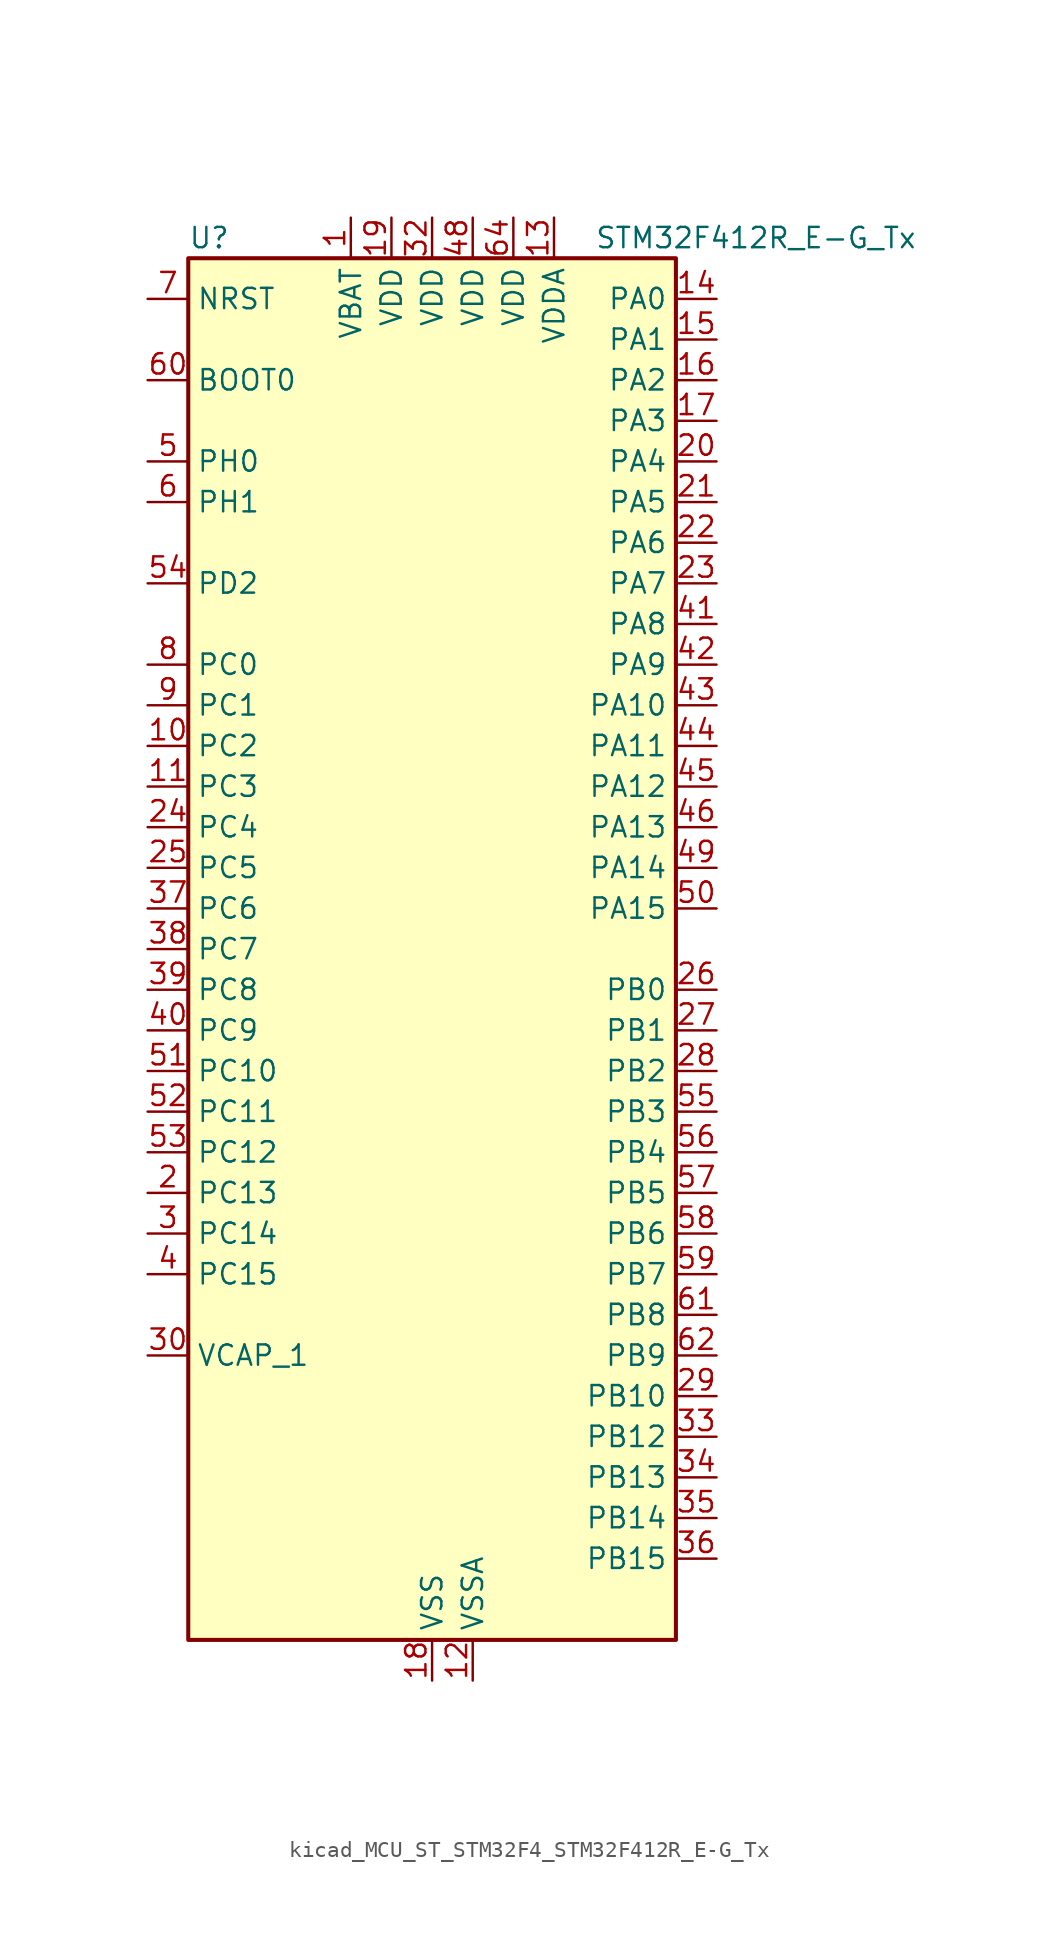
<source format=kicad_sym>
(kicad_symbol_lib
  (version 20220914)
  (generator kicad_symbol_editor)
  (symbol "kicad_MCU_ST_STM32F4_STM32F412R_E-G_Tx"
    (property "Reference" "U"
      (at -15.24 44.45 0)
      (effects (font (size 1.27 1.27)) (justify left)))
    (property "Value" "STM32F412R_E-G_Tx"
      (at 10.16 44.45 0)
      (effects (font (size 1.27 1.27)) (justify left)))
    (property "ki_locked" ""
      (at 0 0 0)
      (effects (font (size 1.27 1.27))))
    (symbol "kicad_MCU_ST_STM32F4_STM32F412R_E-G_Tx_0_1"
      (rectangle (start -15.24 -43.18) (end 15.24 43.18) (stroke (width 0.254) (type default)) (fill (type background))))
    (symbol "kicad_MCU_ST_STM32F4_STM32F412R_E-G_Tx_1_1"
      (pin power_in line (at -5.08 45.72 270) (length 2.54) (name "VBAT" (effects (font (size 1.27 1.27)))) (number "1" (effects (font (size 1.27 1.27)))))
      (pin bidirectional line (at -17.78 12.7 0) (length 2.54) (name "PC2" (effects (font (size 1.27 1.27)))) (number "10" (effects (font (size 1.27 1.27)))) (alternate "ADC1_IN12" bidirectional line) (alternate "DFSDM1_CKOUT" bidirectional line) (alternate "FSMC_NWE" bidirectional line) (alternate "I2S2_ext_SD" bidirectional line) (alternate "SPI2_MISO" bidirectional line))
      (pin bidirectional line (at -17.78 10.16 0) (length 2.54) (name "PC3" (effects (font (size 1.27 1.27)))) (number "11" (effects (font (size 1.27 1.27)))) (alternate "ADC1_IN13" bidirectional line) (alternate "FSMC_A0" bidirectional line) (alternate "I2S2_SD" bidirectional line) (alternate "SPI2_MOSI" bidirectional line))
      (pin power_in line (at 2.54 -45.72 90) (length 2.54) (name "VSSA" (effects (font (size 1.27 1.27)))) (number "12" (effects (font (size 1.27 1.27)))))
      (pin power_in line (at 7.62 45.72 270) (length 2.54) (name "VDDA" (effects (font (size 1.27 1.27)))) (number "13" (effects (font (size 1.27 1.27)))))
      (pin bidirectional line (at 17.78 40.64 180) (length 2.54) (name "PA0" (effects (font (size 1.27 1.27)))) (number "14" (effects (font (size 1.27 1.27)))) (alternate "ADC1_IN0" bidirectional line) (alternate "SYS_WKUP1" bidirectional line) (alternate "TIM2_CH1" bidirectional line) (alternate "TIM2_ETR" bidirectional line) (alternate "TIM5_CH1" bidirectional line) (alternate "TIM8_ETR" bidirectional line) (alternate "USART2_CTS" bidirectional line))
      (pin bidirectional line (at 17.78 38.1 180) (length 2.54) (name "PA1" (effects (font (size 1.27 1.27)))) (number "15" (effects (font (size 1.27 1.27)))) (alternate "ADC1_IN1" bidirectional line) (alternate "I2S4_SD" bidirectional line) (alternate "QUADSPI_BK1_IO3" bidirectional line) (alternate "SPI4_MOSI" bidirectional line) (alternate "TIM2_CH2" bidirectional line) (alternate "TIM5_CH2" bidirectional line) (alternate "USART2_RTS" bidirectional line))
      (pin bidirectional line (at 17.78 35.56 180) (length 2.54) (name "PA2" (effects (font (size 1.27 1.27)))) (number "16" (effects (font (size 1.27 1.27)))) (alternate "ADC1_IN2" bidirectional line) (alternate "FSMC_D4" bidirectional line) (alternate "FSMC_DA4" bidirectional line) (alternate "I2S_CKIN" bidirectional line) (alternate "TIM2_CH3" bidirectional line) (alternate "TIM5_CH3" bidirectional line) (alternate "TIM9_CH1" bidirectional line) (alternate "USART2_TX" bidirectional line))
      (pin bidirectional line (at 17.78 33.02 180) (length 2.54) (name "PA3" (effects (font (size 1.27 1.27)))) (number "17" (effects (font (size 1.27 1.27)))) (alternate "ADC1_IN3" bidirectional line) (alternate "FSMC_D5" bidirectional line) (alternate "FSMC_DA5" bidirectional line) (alternate "I2S2_MCK" bidirectional line) (alternate "TIM2_CH4" bidirectional line) (alternate "TIM5_CH4" bidirectional line) (alternate "TIM9_CH2" bidirectional line) (alternate "USART2_RX" bidirectional line))
      (pin power_in line (at 0 -45.72 90) (length 2.54) (name "VSS" (effects (font (size 1.27 1.27)))) (number "18" (effects (font (size 1.27 1.27)))))
      (pin power_in line (at -2.54 45.72 270) (length 2.54) (name "VDD" (effects (font (size 1.27 1.27)))) (number "19" (effects (font (size 1.27 1.27)))))
      (pin bidirectional line (at -17.78 -15.24 0) (length 2.54) (name "PC13" (effects (font (size 1.27 1.27)))) (number "2" (effects (font (size 1.27 1.27)))) (alternate "RTC_AF1" bidirectional line))
      (pin bidirectional line (at 17.78 30.48 180) (length 2.54) (name "PA4" (effects (font (size 1.27 1.27)))) (number "20" (effects (font (size 1.27 1.27)))) (alternate "ADC1_IN4" bidirectional line) (alternate "DFSDM1_DATIN1" bidirectional line) (alternate "FSMC_D6" bidirectional line) (alternate "FSMC_DA6" bidirectional line) (alternate "I2S1_WS" bidirectional line) (alternate "I2S3_WS" bidirectional line) (alternate "SPI1_NSS" bidirectional line) (alternate "SPI3_NSS" bidirectional line) (alternate "USART2_CK" bidirectional line))
      (pin bidirectional line (at 17.78 27.94 180) (length 2.54) (name "PA5" (effects (font (size 1.27 1.27)))) (number "21" (effects (font (size 1.27 1.27)))) (alternate "ADC1_IN5" bidirectional line) (alternate "DFSDM1_CKIN1" bidirectional line) (alternate "FSMC_D7" bidirectional line) (alternate "FSMC_DA7" bidirectional line) (alternate "I2S1_CK" bidirectional line) (alternate "SPI1_SCK" bidirectional line) (alternate "TIM2_CH1" bidirectional line) (alternate "TIM2_ETR" bidirectional line) (alternate "TIM8_CH1N" bidirectional line))
      (pin bidirectional line (at 17.78 25.4 180) (length 2.54) (name "PA6" (effects (font (size 1.27 1.27)))) (number "22" (effects (font (size 1.27 1.27)))) (alternate "ADC1_IN6" bidirectional line) (alternate "I2S2_MCK" bidirectional line) (alternate "QUADSPI_BK2_IO0" bidirectional line) (alternate "SDIO_CMD" bidirectional line) (alternate "SPI1_MISO" bidirectional line) (alternate "TIM13_CH1" bidirectional line) (alternate "TIM1_BKIN" bidirectional line) (alternate "TIM3_CH1" bidirectional line) (alternate "TIM8_BKIN" bidirectional line))
      (pin bidirectional line (at 17.78 22.86 180) (length 2.54) (name "PA7" (effects (font (size 1.27 1.27)))) (number "23" (effects (font (size 1.27 1.27)))) (alternate "ADC1_IN7" bidirectional line) (alternate "I2S1_SD" bidirectional line) (alternate "QUADSPI_BK2_IO1" bidirectional line) (alternate "SPI1_MOSI" bidirectional line) (alternate "TIM14_CH1" bidirectional line) (alternate "TIM1_CH1N" bidirectional line) (alternate "TIM3_CH2" bidirectional line) (alternate "TIM8_CH1N" bidirectional line))
      (pin bidirectional line (at -17.78 7.62 0) (length 2.54) (name "PC4" (effects (font (size 1.27 1.27)))) (number "24" (effects (font (size 1.27 1.27)))) (alternate "ADC1_IN14" bidirectional line) (alternate "FSMC_NE4" bidirectional line) (alternate "I2S1_MCK" bidirectional line) (alternate "QUADSPI_BK2_IO2" bidirectional line))
      (pin bidirectional line (at -17.78 5.08 0) (length 2.54) (name "PC5" (effects (font (size 1.27 1.27)))) (number "25" (effects (font (size 1.27 1.27)))) (alternate "ADC1_IN15" bidirectional line) (alternate "FMPI2C1_SMBA" bidirectional line) (alternate "FSMC_NOE" bidirectional line) (alternate "QUADSPI_BK2_IO3" bidirectional line) (alternate "USART3_RX" bidirectional line))
      (pin bidirectional line (at 17.78 -2.54 180) (length 2.54) (name "PB0" (effects (font (size 1.27 1.27)))) (number "26" (effects (font (size 1.27 1.27)))) (alternate "ADC1_IN8" bidirectional line) (alternate "I2S5_CK" bidirectional line) (alternate "SPI5_SCK" bidirectional line) (alternate "TIM1_CH2N" bidirectional line) (alternate "TIM3_CH3" bidirectional line) (alternate "TIM8_CH2N" bidirectional line))
      (pin bidirectional line (at 17.78 -5.08 180) (length 2.54) (name "PB1" (effects (font (size 1.27 1.27)))) (number "27" (effects (font (size 1.27 1.27)))) (alternate "ADC1_IN9" bidirectional line) (alternate "DFSDM1_DATIN0" bidirectional line) (alternate "I2S5_WS" bidirectional line) (alternate "QUADSPI_CLK" bidirectional line) (alternate "SPI5_NSS" bidirectional line) (alternate "TIM1_CH3N" bidirectional line) (alternate "TIM3_CH4" bidirectional line) (alternate "TIM8_CH3N" bidirectional line))
      (pin bidirectional line (at 17.78 -7.62 180) (length 2.54) (name "PB2" (effects (font (size 1.27 1.27)))) (number "28" (effects (font (size 1.27 1.27)))) (alternate "DFSDM1_CKIN0" bidirectional line) (alternate "QUADSPI_CLK" bidirectional line))
      (pin bidirectional line (at 17.78 -27.94 180) (length 2.54) (name "PB10" (effects (font (size 1.27 1.27)))) (number "29" (effects (font (size 1.27 1.27)))) (alternate "FMPI2C1_SCL" bidirectional line) (alternate "I2C2_SCL" bidirectional line) (alternate "I2S2_CK" bidirectional line) (alternate "I2S3_MCK" bidirectional line) (alternate "SDIO_D7" bidirectional line) (alternate "SPI2_SCK" bidirectional line) (alternate "TIM2_CH3" bidirectional line) (alternate "USART3_TX" bidirectional line))
      (pin bidirectional line (at -17.78 -17.78 0) (length 2.54) (name "PC14" (effects (font (size 1.27 1.27)))) (number "3" (effects (font (size 1.27 1.27)))) (alternate "RCC_OSC32_IN" bidirectional line))
      (pin power_out line (at -17.78 -25.4 0) (length 2.54) (name "VCAP_1" (effects (font (size 1.27 1.27)))) (number "30" (effects (font (size 1.27 1.27)))))
      (pin passive line (at 0 -45.72 90) (length 2.54) hide (name "VSS" (effects (font (size 1.27 1.27)))) (number "31" (effects (font (size 1.27 1.27)))))
      (pin power_in line (at 0 45.72 270) (length 2.54) (name "VDD" (effects (font (size 1.27 1.27)))) (number "32" (effects (font (size 1.27 1.27)))))
      (pin bidirectional line (at 17.78 -30.48 180) (length 2.54) (name "PB12" (effects (font (size 1.27 1.27)))) (number "33" (effects (font (size 1.27 1.27)))) (alternate "CAN2_RX" bidirectional line) (alternate "DFSDM1_DATIN1" bidirectional line) (alternate "I2C2_SMBA" bidirectional line) (alternate "I2S2_WS" bidirectional line) (alternate "I2S3_CK" bidirectional line) (alternate "I2S4_WS" bidirectional line) (alternate "SPI2_NSS" bidirectional line) (alternate "SPI3_SCK" bidirectional line) (alternate "SPI4_NSS" bidirectional line) (alternate "TIM1_BKIN" bidirectional line) (alternate "USART3_CK" bidirectional line))
      (pin bidirectional line (at 17.78 -33.02 180) (length 2.54) (name "PB13" (effects (font (size 1.27 1.27)))) (number "34" (effects (font (size 1.27 1.27)))) (alternate "CAN2_TX" bidirectional line) (alternate "DFSDM1_CKIN1" bidirectional line) (alternate "FMPI2C1_SMBA" bidirectional line) (alternate "I2S2_CK" bidirectional line) (alternate "I2S4_CK" bidirectional line) (alternate "SPI2_SCK" bidirectional line) (alternate "SPI4_SCK" bidirectional line) (alternate "TIM1_CH1N" bidirectional line) (alternate "USART3_CTS" bidirectional line))
      (pin bidirectional line (at 17.78 -35.56 180) (length 2.54) (name "PB14" (effects (font (size 1.27 1.27)))) (number "35" (effects (font (size 1.27 1.27)))) (alternate "DFSDM1_DATIN2" bidirectional line) (alternate "FMPI2C1_SDA" bidirectional line) (alternate "FSMC_D0" bidirectional line) (alternate "FSMC_DA0" bidirectional line) (alternate "I2S2_ext_SD" bidirectional line) (alternate "SDIO_D6" bidirectional line) (alternate "SPI2_MISO" bidirectional line) (alternate "TIM12_CH1" bidirectional line) (alternate "TIM1_CH2N" bidirectional line) (alternate "TIM8_CH2N" bidirectional line) (alternate "USART3_RTS" bidirectional line))
      (pin bidirectional line (at 17.78 -38.1 180) (length 2.54) (name "PB15" (effects (font (size 1.27 1.27)))) (number "36" (effects (font (size 1.27 1.27)))) (alternate "ADC1_EXTI15" bidirectional line) (alternate "DFSDM1_CKIN2" bidirectional line) (alternate "FMPI2C1_SCL" bidirectional line) (alternate "I2S2_SD" bidirectional line) (alternate "RTC_REFIN" bidirectional line) (alternate "SDIO_CK" bidirectional line) (alternate "SPI2_MOSI" bidirectional line) (alternate "TIM12_CH2" bidirectional line) (alternate "TIM1_CH3N" bidirectional line) (alternate "TIM8_CH3N" bidirectional line))
      (pin bidirectional line (at -17.78 2.54 0) (length 2.54) (name "PC6" (effects (font (size 1.27 1.27)))) (number "37" (effects (font (size 1.27 1.27)))) (alternate "DFSDM1_CKIN3" bidirectional line) (alternate "FMPI2C1_SCL" bidirectional line) (alternate "FSMC_D1" bidirectional line) (alternate "FSMC_DA1" bidirectional line) (alternate "I2S2_MCK" bidirectional line) (alternate "SDIO_D6" bidirectional line) (alternate "TIM3_CH1" bidirectional line) (alternate "TIM8_CH1" bidirectional line) (alternate "USART6_TX" bidirectional line))
      (pin bidirectional line (at -17.78 0 0) (length 2.54) (name "PC7" (effects (font (size 1.27 1.27)))) (number "38" (effects (font (size 1.27 1.27)))) (alternate "DFSDM1_DATIN3" bidirectional line) (alternate "FMPI2C1_SDA" bidirectional line) (alternate "I2S2_CK" bidirectional line) (alternate "I2S3_MCK" bidirectional line) (alternate "SDIO_D7" bidirectional line) (alternate "SPI2_SCK" bidirectional line) (alternate "TIM3_CH2" bidirectional line) (alternate "TIM8_CH2" bidirectional line) (alternate "USART6_RX" bidirectional line))
      (pin bidirectional line (at -17.78 -2.54 0) (length 2.54) (name "PC8" (effects (font (size 1.27 1.27)))) (number "39" (effects (font (size 1.27 1.27)))) (alternate "QUADSPI_BK1_IO2" bidirectional line) (alternate "SDIO_D0" bidirectional line) (alternate "TIM3_CH3" bidirectional line) (alternate "TIM8_CH3" bidirectional line) (alternate "USART6_CK" bidirectional line))
      (pin bidirectional line (at -17.78 -20.32 0) (length 2.54) (name "PC15" (effects (font (size 1.27 1.27)))) (number "4" (effects (font (size 1.27 1.27)))) (alternate "ADC1_EXTI15" bidirectional line) (alternate "RCC_OSC32_OUT" bidirectional line))
      (pin bidirectional line (at -17.78 -5.08 0) (length 2.54) (name "PC9" (effects (font (size 1.27 1.27)))) (number "40" (effects (font (size 1.27 1.27)))) (alternate "I2C3_SDA" bidirectional line) (alternate "I2S_CKIN" bidirectional line) (alternate "QUADSPI_BK1_IO0" bidirectional line) (alternate "RCC_MCO_2" bidirectional line) (alternate "SDIO_D1" bidirectional line) (alternate "TIM3_CH4" bidirectional line) (alternate "TIM8_CH4" bidirectional line))
      (pin bidirectional line (at 17.78 20.32 180) (length 2.54) (name "PA8" (effects (font (size 1.27 1.27)))) (number "41" (effects (font (size 1.27 1.27)))) (alternate "I2C3_SCL" bidirectional line) (alternate "RCC_MCO_1" bidirectional line) (alternate "SDIO_D1" bidirectional line) (alternate "TIM1_CH1" bidirectional line) (alternate "USART1_CK" bidirectional line) (alternate "USB_OTG_FS_SOF" bidirectional line))
      (pin bidirectional line (at 17.78 17.78 180) (length 2.54) (name "PA9" (effects (font (size 1.27 1.27)))) (number "42" (effects (font (size 1.27 1.27)))) (alternate "I2C3_SMBA" bidirectional line) (alternate "SDIO_D2" bidirectional line) (alternate "TIM1_CH2" bidirectional line) (alternate "USART1_TX" bidirectional line) (alternate "USB_OTG_FS_VBUS" bidirectional line))
      (pin bidirectional line (at 17.78 15.24 180) (length 2.54) (name "PA10" (effects (font (size 1.27 1.27)))) (number "43" (effects (font (size 1.27 1.27)))) (alternate "I2S5_SD" bidirectional line) (alternate "SPI5_MOSI" bidirectional line) (alternate "TIM1_CH3" bidirectional line) (alternate "USART1_RX" bidirectional line) (alternate "USB_OTG_FS_ID" bidirectional line))
      (pin bidirectional line (at 17.78 12.7 180) (length 2.54) (name "PA11" (effects (font (size 1.27 1.27)))) (number "44" (effects (font (size 1.27 1.27)))) (alternate "ADC1_EXTI11" bidirectional line) (alternate "CAN1_RX" bidirectional line) (alternate "SPI4_MISO" bidirectional line) (alternate "TIM1_CH4" bidirectional line) (alternate "USART1_CTS" bidirectional line) (alternate "USART6_TX" bidirectional line) (alternate "USB_OTG_FS_DM" bidirectional line))
      (pin bidirectional line (at 17.78 10.16 180) (length 2.54) (name "PA12" (effects (font (size 1.27 1.27)))) (number "45" (effects (font (size 1.27 1.27)))) (alternate "CAN1_TX" bidirectional line) (alternate "SPI5_MISO" bidirectional line) (alternate "TIM1_ETR" bidirectional line) (alternate "USART1_RTS" bidirectional line) (alternate "USART6_RX" bidirectional line) (alternate "USB_OTG_FS_DP" bidirectional line))
      (pin bidirectional line (at 17.78 7.62 180) (length 2.54) (name "PA13" (effects (font (size 1.27 1.27)))) (number "46" (effects (font (size 1.27 1.27)))) (alternate "SYS_JTMS-SWDIO" bidirectional line))
      (pin passive line (at 0 -45.72 90) (length 2.54) hide (name "VSS" (effects (font (size 1.27 1.27)))) (number "47" (effects (font (size 1.27 1.27)))))
      (pin power_in line (at 2.54 45.72 270) (length 2.54) (name "VDD" (effects (font (size 1.27 1.27)))) (number "48" (effects (font (size 1.27 1.27)))))
      (pin bidirectional line (at 17.78 5.08 180) (length 2.54) (name "PA14" (effects (font (size 1.27 1.27)))) (number "49" (effects (font (size 1.27 1.27)))) (alternate "SYS_JTCK-SWCLK" bidirectional line))
      (pin bidirectional line (at -17.78 30.48 0) (length 2.54) (name "PH0" (effects (font (size 1.27 1.27)))) (number "5" (effects (font (size 1.27 1.27)))) (alternate "RCC_OSC_IN" bidirectional line))
      (pin bidirectional line (at 17.78 2.54 180) (length 2.54) (name "PA15" (effects (font (size 1.27 1.27)))) (number "50" (effects (font (size 1.27 1.27)))) (alternate "ADC1_EXTI15" bidirectional line) (alternate "I2S1_WS" bidirectional line) (alternate "I2S3_WS" bidirectional line) (alternate "SPI1_NSS" bidirectional line) (alternate "SPI3_NSS" bidirectional line) (alternate "SYS_JTDI" bidirectional line) (alternate "TIM2_CH1" bidirectional line) (alternate "TIM2_ETR" bidirectional line) (alternate "USART1_TX" bidirectional line))
      (pin bidirectional line (at -17.78 -7.62 0) (length 2.54) (name "PC10" (effects (font (size 1.27 1.27)))) (number "51" (effects (font (size 1.27 1.27)))) (alternate "I2S3_CK" bidirectional line) (alternate "QUADSPI_BK1_IO1" bidirectional line) (alternate "SDIO_D2" bidirectional line) (alternate "SPI3_SCK" bidirectional line) (alternate "USART3_TX" bidirectional line))
      (pin bidirectional line (at -17.78 -10.16 0) (length 2.54) (name "PC11" (effects (font (size 1.27 1.27)))) (number "52" (effects (font (size 1.27 1.27)))) (alternate "ADC1_EXTI11" bidirectional line) (alternate "FSMC_D2" bidirectional line) (alternate "FSMC_DA2" bidirectional line) (alternate "I2S3_ext_SD" bidirectional line) (alternate "QUADSPI_BK2_NCS" bidirectional line) (alternate "SDIO_D3" bidirectional line) (alternate "SPI3_MISO" bidirectional line) (alternate "USART3_RX" bidirectional line))
      (pin bidirectional line (at -17.78 -12.7 0) (length 2.54) (name "PC12" (effects (font (size 1.27 1.27)))) (number "53" (effects (font (size 1.27 1.27)))) (alternate "FSMC_D3" bidirectional line) (alternate "FSMC_DA3" bidirectional line) (alternate "I2S3_SD" bidirectional line) (alternate "SDIO_CK" bidirectional line) (alternate "SPI3_MOSI" bidirectional line) (alternate "USART3_CK" bidirectional line))
      (pin bidirectional line (at -17.78 22.86 0) (length 2.54) (name "PD2" (effects (font (size 1.27 1.27)))) (number "54" (effects (font (size 1.27 1.27)))) (alternate "FSMC_NWE" bidirectional line) (alternate "SDIO_CMD" bidirectional line) (alternate "TIM3_ETR" bidirectional line))
      (pin bidirectional line (at 17.78 -10.16 180) (length 2.54) (name "PB3" (effects (font (size 1.27 1.27)))) (number "55" (effects (font (size 1.27 1.27)))) (alternate "FMPI2C1_SDA" bidirectional line) (alternate "I2C2_SDA" bidirectional line) (alternate "I2S1_CK" bidirectional line) (alternate "I2S3_CK" bidirectional line) (alternate "SPI1_SCK" bidirectional line) (alternate "SPI3_SCK" bidirectional line) (alternate "SYS_JTDO-SWO" bidirectional line) (alternate "TIM2_CH2" bidirectional line) (alternate "USART1_RX" bidirectional line))
      (pin bidirectional line (at 17.78 -12.7 180) (length 2.54) (name "PB4" (effects (font (size 1.27 1.27)))) (number "56" (effects (font (size 1.27 1.27)))) (alternate "I2C3_SDA" bidirectional line) (alternate "I2S3_ext_SD" bidirectional line) (alternate "SDIO_D0" bidirectional line) (alternate "SPI1_MISO" bidirectional line) (alternate "SPI3_MISO" bidirectional line) (alternate "SYS_JTRST" bidirectional line) (alternate "TIM3_CH1" bidirectional line))
      (pin bidirectional line (at 17.78 -15.24 180) (length 2.54) (name "PB5" (effects (font (size 1.27 1.27)))) (number "57" (effects (font (size 1.27 1.27)))) (alternate "CAN2_RX" bidirectional line) (alternate "I2C1_SMBA" bidirectional line) (alternate "I2S1_SD" bidirectional line) (alternate "I2S3_SD" bidirectional line) (alternate "SDIO_D3" bidirectional line) (alternate "SPI1_MOSI" bidirectional line) (alternate "SPI3_MOSI" bidirectional line) (alternate "TIM3_CH2" bidirectional line))
      (pin bidirectional line (at 17.78 -17.78 180) (length 2.54) (name "PB6" (effects (font (size 1.27 1.27)))) (number "58" (effects (font (size 1.27 1.27)))) (alternate "CAN2_TX" bidirectional line) (alternate "I2C1_SCL" bidirectional line) (alternate "QUADSPI_BK1_NCS" bidirectional line) (alternate "SDIO_D0" bidirectional line) (alternate "TIM4_CH1" bidirectional line) (alternate "USART1_TX" bidirectional line))
      (pin bidirectional line (at 17.78 -20.32 180) (length 2.54) (name "PB7" (effects (font (size 1.27 1.27)))) (number "59" (effects (font (size 1.27 1.27)))) (alternate "FSMC_NL" bidirectional line) (alternate "I2C1_SDA" bidirectional line) (alternate "TIM4_CH2" bidirectional line) (alternate "USART1_RX" bidirectional line))
      (pin bidirectional line (at -17.78 27.94 0) (length 2.54) (name "PH1" (effects (font (size 1.27 1.27)))) (number "6" (effects (font (size 1.27 1.27)))) (alternate "RCC_OSC_OUT" bidirectional line))
      (pin input line (at -17.78 35.56 0) (length 2.54) (name "BOOT0" (effects (font (size 1.27 1.27)))) (number "60" (effects (font (size 1.27 1.27)))))
      (pin bidirectional line (at 17.78 -22.86 180) (length 2.54) (name "PB8" (effects (font (size 1.27 1.27)))) (number "61" (effects (font (size 1.27 1.27)))) (alternate "CAN1_RX" bidirectional line) (alternate "I2C1_SCL" bidirectional line) (alternate "I2C3_SDA" bidirectional line) (alternate "I2S5_SD" bidirectional line) (alternate "SDIO_D4" bidirectional line) (alternate "SPI5_MOSI" bidirectional line) (alternate "TIM10_CH1" bidirectional line) (alternate "TIM4_CH3" bidirectional line))
      (pin bidirectional line (at 17.78 -25.4 180) (length 2.54) (name "PB9" (effects (font (size 1.27 1.27)))) (number "62" (effects (font (size 1.27 1.27)))) (alternate "CAN1_TX" bidirectional line) (alternate "I2C1_SDA" bidirectional line) (alternate "I2C2_SDA" bidirectional line) (alternate "I2S2_WS" bidirectional line) (alternate "SDIO_D5" bidirectional line) (alternate "SPI2_NSS" bidirectional line) (alternate "TIM11_CH1" bidirectional line) (alternate "TIM4_CH4" bidirectional line))
      (pin passive line (at 0 -45.72 90) (length 2.54) hide (name "VSS" (effects (font (size 1.27 1.27)))) (number "63" (effects (font (size 1.27 1.27)))))
      (pin power_in line (at 5.08 45.72 270) (length 2.54) (name "VDD" (effects (font (size 1.27 1.27)))) (number "64" (effects (font (size 1.27 1.27)))))
      (pin input line (at -17.78 40.64 0) (length 2.54) (name "NRST" (effects (font (size 1.27 1.27)))) (number "7" (effects (font (size 1.27 1.27)))))
      (pin bidirectional line (at -17.78 17.78 0) (length 2.54) (name "PC0" (effects (font (size 1.27 1.27)))) (number "8" (effects (font (size 1.27 1.27)))) (alternate "ADC1_IN10" bidirectional line) (alternate "SYS_WKUP2" bidirectional line))
      (pin bidirectional line (at -17.78 15.24 0) (length 2.54) (name "PC1" (effects (font (size 1.27 1.27)))) (number "9" (effects (font (size 1.27 1.27)))) (alternate "ADC1_IN11" bidirectional line) (alternate "SYS_WKUP3" bidirectional line)))))
</source>
